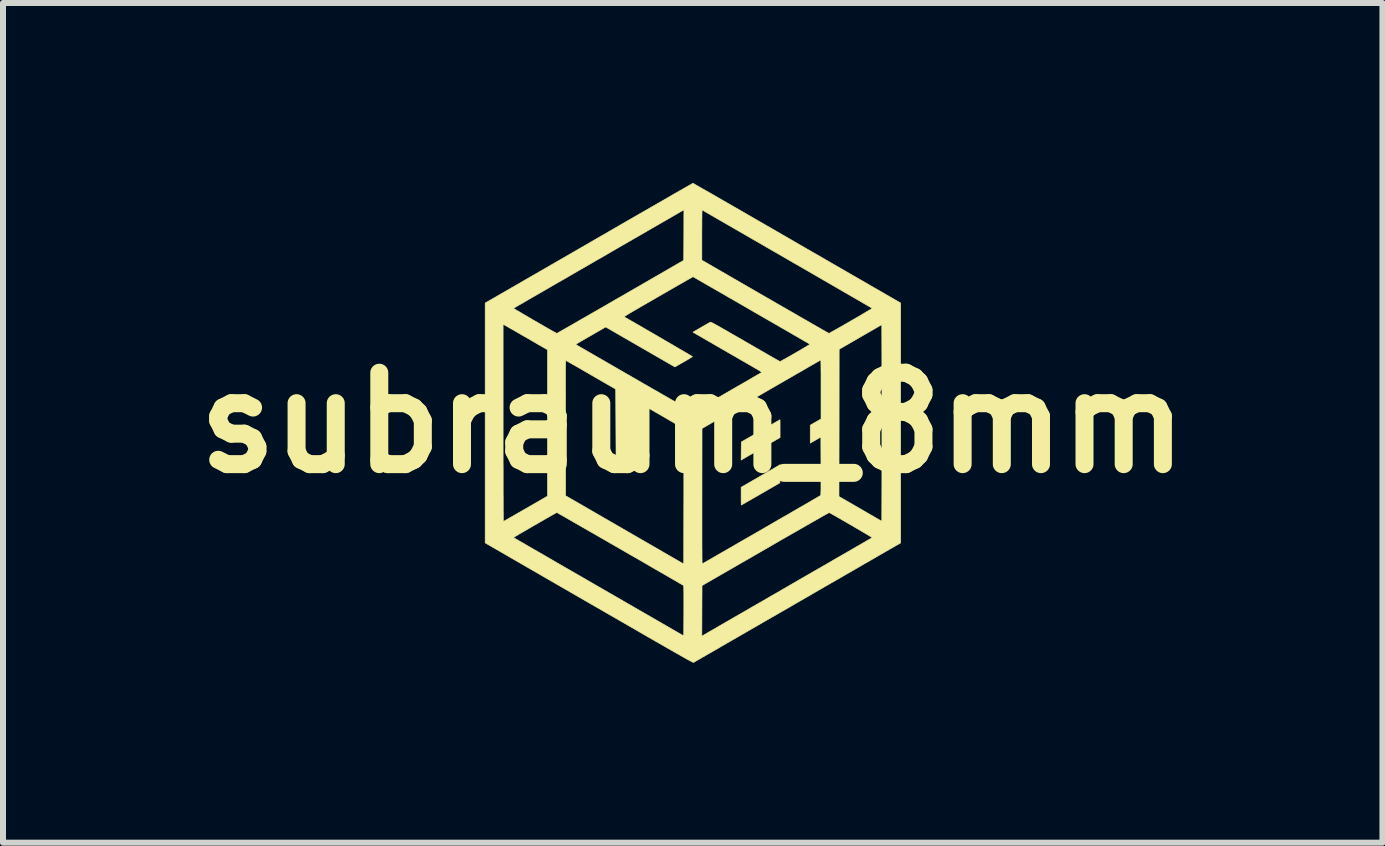
<source format=kicad_pcb>
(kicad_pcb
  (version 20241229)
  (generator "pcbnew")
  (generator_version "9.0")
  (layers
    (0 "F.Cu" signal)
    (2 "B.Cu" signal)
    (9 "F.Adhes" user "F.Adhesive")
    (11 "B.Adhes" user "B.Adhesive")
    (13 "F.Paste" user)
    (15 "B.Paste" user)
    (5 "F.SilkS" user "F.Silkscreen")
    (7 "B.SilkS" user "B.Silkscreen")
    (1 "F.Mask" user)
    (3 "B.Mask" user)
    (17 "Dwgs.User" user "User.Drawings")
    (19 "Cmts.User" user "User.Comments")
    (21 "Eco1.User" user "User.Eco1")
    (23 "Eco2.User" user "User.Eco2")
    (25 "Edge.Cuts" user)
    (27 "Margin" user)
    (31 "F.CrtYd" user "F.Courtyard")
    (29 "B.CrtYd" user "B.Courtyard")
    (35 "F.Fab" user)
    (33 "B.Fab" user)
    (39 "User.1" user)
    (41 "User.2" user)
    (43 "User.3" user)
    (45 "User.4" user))
  (footprint "subraum_8mm"
    (layer "F.Cu")
    (at 8.498 3.998)
    (property "Reference" "subraum_8mm" (at 0 0 0) (layer "F.SilkS") (effects (font (size 1.524 1.524) (thickness 0.3))))
    (attr through_hole)
    (fp_poly (pts (xy 1.453 1.001) (xy 1.133 1.186) (xy 1.078 1.218) (xy 1.025 1.248) (xy 0.977 1.276) (xy 0.933 1.301) (xy 0.895 1.323) (xy 0.862 1.342) (xy 0.837 1.356) (xy 0.819 1.366) (xy 0.811 1.371) (xy 0.81 1.372) (xy 0.809 1.366) (xy 0.808 1.351) (xy 0.808 1.327) (xy 0.807 1.297) (xy 0.807 1.261) (xy 0.807 1.223) (xy 0.807 1.075) (xy 1.119 0.895) (xy 1.174 0.863) (xy 1.226 0.833) (xy 1.274 0.805) (xy 1.318 0.78) (xy 1.357 0.757) (xy 1.39 0.738) (xy 1.416 0.723) (xy 1.434 0.713) (xy 1.443 0.707) (xy 1.444 0.707) (xy 1.456 0.698) (xy 1.453 1.001)) (stroke (width 0.01) (type solid)) (fill yes) (layer "F.SilkS"))
    (fp_poly (pts (xy 1.455 -0.045) (xy 1.455 -0.03) (xy 1.456 -0.007) (xy 1.456 0.024) (xy 1.456 0.06) (xy 1.456 0.098) (xy 1.456 0.246) (xy 1.144 0.426) (xy 1.09 0.458) (xy 1.038 0.488) (xy 0.989 0.516) (xy 0.945 0.541) (xy 0.906 0.564) (xy 0.873 0.583) (xy 0.848 0.598) (xy 0.83 0.608) (xy 0.821 0.614) (xy 0.82 0.614) (xy 0.807 0.622) (xy 0.808 0.471) (xy 0.81 0.32) (xy 1.131 0.135) (xy 1.186 0.103) (xy 1.238 0.073) (xy 1.287 0.045) (xy 1.331 0.02) (xy 1.369 -0.002) (xy 1.401 -0.021) (xy 1.427 -0.035) (xy 1.444 -0.045) (xy 1.453 -0.05) (xy 1.454 -0.051) (xy 1.455 -0.045)) (stroke (width 0.01) (type solid)) (fill yes) (layer "F.SilkS"))
    (fp_poly (pts (xy 0.009 -3.99) (xy 0.024 -3.982) (xy 0.047 -3.968) (xy 0.079 -3.95) (xy 0.119 -3.927) (xy 0.166 -3.9) (xy 0.221 -3.869) (xy 0.282 -3.834) (xy 0.349 -3.796) (xy 0.421 -3.754) (xy 0.499 -3.709) (xy 0.581 -3.662) (xy 0.668 -3.612) (xy 0.759 -3.56) (xy 0.852 -3.506) (xy 0.949 -3.45) (xy 1.005 -3.418) (xy 1.179 -3.317) (xy 1.343 -3.223) (xy 1.498 -3.133) (xy 1.644 -3.049) (xy 1.781 -2.969) (xy 1.911 -2.894) (xy 2.033 -2.824) (xy 2.148 -2.758) (xy 2.255 -2.696) (xy 2.356 -2.637) (xy 2.451 -2.583) (xy 2.539 -2.532) (xy 2.622 -2.484) (xy 2.7 -2.439) (xy 2.773 -2.397) (xy 2.841 -2.358) (xy 2.905 -2.321) (xy 2.965 -2.286) (xy 3.021 -2.253) (xy 3.075 -2.223) (xy 3.125 -2.194) (xy 3.173 -2.166) (xy 3.182 -2.161) (xy 3.466 -1.997) (xy 3.466 2.003) (xy 3.182 2.166) (xy 3.13 2.196) (xy 3.07 2.231) (xy 3.003 2.27) (xy 2.93 2.312) (xy 2.854 2.355) (xy 2.776 2.401) (xy 2.698 2.446) (xy 2.62 2.491) (xy 2.545 2.534) (xy 2.484 2.57) (xy 2.29 2.681) (xy 2.106 2.787) (xy 1.932 2.888) (xy 1.767 2.983) (xy 1.611 3.074) (xy 1.463 3.159) (xy 1.324 3.239) (xy 1.193 3.314) (xy 1.071 3.385) (xy 0.956 3.451) (xy 0.85 3.513) (xy 0.75 3.57) (xy 0.658 3.623) (xy 0.573 3.672) (xy 0.495 3.717) (xy 0.424 3.759) (xy 0.359 3.796) (xy 0.301 3.83) (xy 0.248 3.86) (xy 0.202 3.887) (xy 0.161 3.91) (xy 0.126 3.931) (xy 0.095 3.948) (xy 0.07 3.963) (xy 0.05 3.974) (xy 0.035 3.983) (xy 0.024 3.99) (xy 0.017 3.993) (xy 0.014 3.995) (xy 0.012 3.995) (xy 0.008 3.994) (xy 0.002 3.991) (xy -0.007 3.987) (xy -0.019 3.981) (xy -0.034 3.974) (xy -0.052 3.964) (xy -0.074 3.952) (xy -0.1 3.938) (xy -0.13 3.921) (xy -0.165 3.901) (xy -0.204 3.879) (xy -0.249 3.853) (xy -0.3 3.825) (xy -0.356 3.793) (xy -0.418 3.757) (xy -0.486 3.718) (xy -0.561 3.675) (xy -0.643 3.628) (xy -0.732 3.577) (xy -0.766 3.557) (xy 0.152 3.557) (xy 0.171 3.546) (xy 0.177 3.542) (xy 0.193 3.533) (xy 0.218 3.519) (xy 0.251 3.499) (xy 0.292 3.475) (xy 0.342 3.447) (xy 0.399 3.414) (xy 0.462 3.377) (xy 0.533 3.336) (xy 0.609 3.292) (xy 0.692 3.244) (xy 0.78 3.194) (xy 0.873 3.14) (xy 0.971 3.083) (xy 1.072 3.025) (xy 1.178 2.964) (xy 1.288 2.9) (xy 1.4 2.836) (xy 1.515 2.769) (xy 1.589 2.726) (xy 1.705 2.659) (xy 1.819 2.593) (xy 1.93 2.529) (xy 2.038 2.467) (xy 2.142 2.407) (xy 2.241 2.35) (xy 2.337 2.294) (xy 2.427 2.242) (xy 2.512 2.193) (xy 2.592 2.147) (xy 2.666 2.104) (xy 2.733 2.065) (xy 2.793 2.031) (xy 2.846 2) (xy 2.892 1.973) (xy 2.929 1.952) (xy 2.958 1.935) (xy 2.979 1.923) (xy 2.99 1.916) (xy 2.993 1.915) (xy 2.988 1.911) (xy 2.975 1.903) (xy 2.954 1.89) (xy 2.926 1.873) (xy 2.892 1.853) (xy 2.853 1.83) (xy 2.809 1.804) (xy 2.763 1.777) (xy 2.713 1.748) (xy 2.663 1.718) (xy 2.612 1.689) (xy 2.561 1.659) (xy 2.511 1.631) (xy 2.464 1.603) (xy 2.42 1.578) (xy 2.38 1.555) (xy 2.346 1.536) (xy 2.317 1.52) (xy 2.295 1.507) (xy 2.281 1.5) (xy 2.276 1.498) (xy 2.27 1.5) (xy 2.255 1.508) (xy 2.231 1.521) (xy 2.198 1.539) (xy 2.157 1.562) (xy 2.109 1.59) (xy 2.054 1.621) (xy 1.991 1.657) (xy 1.922 1.696) (xy 1.848 1.739) (xy 1.767 1.785) (xy 1.682 1.834) (xy 1.591 1.886) (xy 1.496 1.94) (xy 1.398 1.997) (xy 1.296 2.056) (xy 1.211 2.105) (xy 0.155 2.714) (xy 0.152 3.557) (xy -0.766 3.557) (xy -0.829 3.521) (xy -0.933 3.461) (xy -1.045 3.396) (xy -1.166 3.326) (xy -1.295 3.252) (xy -1.434 3.172) (xy -1.581 3.087) (xy -1.729 3.002) (xy -3.46 2.002) (xy -3.46 1.913) (xy -2.988 1.913) (xy -2.983 1.916) (xy -2.968 1.925) (xy -2.945 1.939) (xy -2.913 1.957) (xy -2.873 1.981) (xy -2.824 2.008) (xy -2.769 2.041) (xy -2.706 2.077) (xy -2.637 2.117) (xy -2.561 2.161) (xy -2.479 2.208) (xy -2.392 2.258) (xy -2.3 2.312) (xy -2.203 2.368) (xy -2.101 2.427) (xy -1.996 2.487) (xy -1.887 2.55) (xy -1.775 2.615) (xy -1.659 2.682) (xy -1.567 2.735) (xy -0.15 3.553) (xy -0.148 3.136) (xy -0.148 3.068) (xy -0.148 3.004) (xy -0.148 2.944) (xy -0.148 2.889) (xy -0.148 2.839) (xy -0.149 2.797) (xy -0.149 2.763) (xy -0.15 2.737) (xy -0.15 2.72) (xy -0.151 2.714) (xy -0.156 2.711) (xy -0.171 2.702) (xy -0.195 2.688) (xy -0.226 2.67) (xy -0.265 2.647) (xy -0.311 2.62) (xy -0.364 2.59) (xy -0.422 2.556) (xy -0.486 2.519) (xy -0.555 2.479) (xy -0.628 2.437) (xy -0.705 2.393) (xy -0.785 2.346) (xy -0.868 2.298) (xy -0.953 2.249) (xy -1.04 2.2) (xy -1.127 2.149) (xy -1.215 2.098) (xy -1.303 2.048) (xy -1.391 1.997) (xy -1.477 1.947) (xy -1.562 1.899) (xy -1.644 1.851) (xy -1.724 1.806) (xy -1.8 1.762) (xy -1.873 1.72) (xy -1.941 1.681) (xy -2.004 1.645) (xy -2.061 1.612) (xy -2.113 1.582) (xy -2.158 1.556) (xy -2.196 1.535) (xy -2.226 1.518) (xy -2.248 1.505) (xy -2.261 1.498) (xy -2.265 1.496) (xy -2.271 1.499) (xy -2.286 1.506) (xy -2.308 1.519) (xy -2.337 1.535) (xy -2.373 1.555) (xy -2.413 1.578) (xy -2.457 1.603) (xy -2.505 1.631) (xy -2.554 1.659) (xy -2.605 1.689) (xy -2.657 1.718) (xy -2.708 1.748) (xy -2.757 1.777) (xy -2.804 1.804) (xy -2.848 1.829) (xy -2.887 1.852) (xy -2.921 1.873) (xy -2.949 1.889) (xy -2.97 1.902) (xy -2.984 1.91) (xy -2.988 1.913) (xy -3.46 1.913) (xy -3.46 0.003) (xy -3.161 0.003) (xy -3.161 0.138) (xy -3.161 0.271) (xy -3.161 0.4) (xy -3.161 0.525) (xy -3.161 0.646) (xy -3.16 0.763) (xy -3.16 0.874) (xy -3.16 0.979) (xy -3.16 1.079) (xy -3.16 1.172) (xy -3.159 1.258) (xy -3.159 1.336) (xy -3.159 1.407) (xy -3.159 1.47) (xy -3.158 1.523) (xy -3.158 1.568) (xy -3.158 1.603) (xy -3.157 1.628) (xy -3.157 1.643) (xy -3.157 1.647) (xy -3.151 1.643) (xy -3.137 1.635) (xy -3.114 1.622) (xy -3.084 1.605) (xy -3.047 1.583) (xy -3.004 1.559) (xy -2.956 1.531) (xy -2.904 1.501) (xy -2.848 1.469) (xy -2.789 1.435) (xy -2.787 1.434) (xy -2.421 1.223) (xy -2.421 -0.575) (xy -2.121 -0.575) (xy -2.121 -0.494) (xy -2.121 -0.404) (xy -2.121 -0.305) (xy -2.121 -0.196) (xy -2.121 -0.077) (xy -2.121 0.053) (xy -2.121 0.088) (xy -2.119 1.216) (xy -1.135 1.785) (xy -0.15 2.354) (xy -0.149 1.552) (xy 0.154 1.552) (xy 0.154 1.654) (xy 0.154 1.75) (xy 0.154 1.842) (xy 0.154 1.927) (xy 0.154 2.007) (xy 0.154 2.079) (xy 0.155 2.145) (xy 0.155 2.202) (xy 0.155 2.251) (xy 0.156 2.291) (xy 0.156 2.321) (xy 0.157 2.342) (xy 0.157 2.352) (xy 0.157 2.353) (xy 0.162 2.35) (xy 0.177 2.341) (xy 0.201 2.328) (xy 0.232 2.31) (xy 0.272 2.287) (xy 0.319 2.26) (xy 0.374 2.228) (xy 0.434 2.193) (xy 0.501 2.155) (xy 0.573 2.113) (xy 0.651 2.069) (xy 0.733 2.021) (xy 0.819 1.971) (xy 0.909 1.919) (xy 1.003 1.866) (xy 1.099 1.81) (xy 1.144 1.784) (xy 1.241 1.728) (xy 1.336 1.673) (xy 1.427 1.62) (xy 1.516 1.569) (xy 1.6 1.521) (xy 1.68 1.474) (xy 1.755 1.431) (xy 1.824 1.391) (xy 1.888 1.354) (xy 1.945 1.321) (xy 1.996 1.291) (xy 2.039 1.266) (xy 2.075 1.245) (xy 2.102 1.229) (xy 2.103 1.229) (xy 2.438 1.229) (xy 2.795 1.435) (xy 3.152 1.642) (xy 3.154 0.824) (xy 3.154 0.71) (xy 3.154 0.586) (xy 3.154 0.454) (xy 3.154 0.317) (xy 3.154 0.176) (xy 3.154 0.032) (xy 3.154 -0.112) (xy 3.154 -0.254) (xy 3.154 -0.394) (xy 3.154 -0.528) (xy 3.154 -0.655) (xy 3.154 -0.774) (xy 3.154 -0.815) (xy 3.152 -1.636) (xy 2.797 -1.431) (xy 2.441 -1.225) (xy 2.44 0.002) (xy 2.438 1.229) (xy 2.103 1.229) (xy 2.121 1.218) (xy 2.131 1.212) (xy 2.132 1.211) (xy 2.134 1.208) (xy 2.135 1.2) (xy 2.136 1.187) (xy 2.136 1.168) (xy 2.137 1.143) (xy 2.138 1.111) (xy 2.138 1.071) (xy 2.138 1.024) (xy 2.138 0.967) (xy 2.138 0.901) (xy 2.138 0.825) (xy 2.138 0.739) (xy 2.138 0.721) (xy 2.136 0.237) (xy 2.08 0.27) (xy 2.053 0.285) (xy 2.027 0.301) (xy 2.003 0.314) (xy 1.991 0.321) (xy 1.959 0.339) (xy 1.959 0.04) (xy 2.139 -0.064) (xy 2.139 -0.557) (xy 2.139 -0.631) (xy 2.139 -0.701) (xy 2.139 -0.767) (xy 2.139 -0.828) (xy 2.138 -0.883) (xy 2.138 -0.932) (xy 2.137 -0.973) (xy 2.137 -1.006) (xy 2.136 -1.03) (xy 2.136 -1.044) (xy 2.135 -1.048) (xy 2.13 -1.045) (xy 2.115 -1.037) (xy 2.092 -1.023) (xy 2.06 -1.005) (xy 2.021 -0.982) (xy 1.974 -0.955) (xy 1.921 -0.925) (xy 1.861 -0.89) (xy 1.796 -0.852) (xy 1.725 -0.812) (xy 1.65 -0.768) (xy 1.57 -0.722) (xy 1.487 -0.674) (xy 1.4 -0.624) (xy 1.31 -0.572) (xy 1.287 -0.559) (xy 1.194 -0.505) (xy 1.103 -0.452) (xy 1.013 -0.401) (xy 0.926 -0.35) (xy 0.841 -0.301) (xy 0.761 -0.255) (xy 0.684 -0.211) (xy 0.613 -0.169) (xy 0.546 -0.131) (xy 0.486 -0.096) (xy 0.433 -0.066) (xy 0.387 -0.039) (xy 0.349 -0.017) (xy 0.319 0.00014) (xy 0.299 0.012) (xy 0.155 0.095) (xy 0.154 1.225) (xy 0.154 1.337) (xy 0.154 1.446) (xy 0.154 1.552) (xy -0.149 1.552) (xy -0.148 1.227) (xy -0.148 1.115) (xy -0.148 1.006) (xy -0.148 0.9) (xy -0.148 0.799) (xy -0.148 0.702) (xy -0.148 0.61) (xy -0.148 0.525) (xy -0.148 0.445) (xy -0.149 0.372) (xy -0.149 0.306) (xy -0.149 0.249) (xy -0.149 0.199) (xy -0.15 0.159) (xy -0.15 0.128) (xy -0.15 0.107) (xy -0.151 0.096) (xy -0.151 0.095) (xy -0.156 0.092) (xy -0.171 0.083) (xy -0.193 0.07) (xy -0.222 0.053) (xy -0.258 0.032) (xy -0.299 0.009) (xy -0.344 -0.018) (xy -0.394 -0.046) (xy -0.446 -0.077) (xy -0.5 -0.108) (xy -0.555 -0.14) (xy -0.61 -0.171) (xy -0.664 -0.203) (xy -0.717 -0.233) (xy -0.767 -0.262) (xy -0.815 -0.289) (xy -0.858 -0.314) (xy -0.895 -0.336) (xy -0.927 -0.354) (xy -0.953 -0.369) (xy -0.97 -0.378) (xy -0.979 -0.383) (xy -0.98 -0.384) (xy -0.98 -0.378) (xy -0.981 -0.362) (xy -0.981 -0.336) (xy -0.981 -0.302) (xy -0.981 -0.258) (xy -0.982 -0.208) (xy -0.982 -0.151) (xy -0.982 -0.087) (xy -0.982 -0.019) (xy -0.982 0.054) (xy -0.982 0.131) (xy -0.982 0.178) (xy -0.982 0.256) (xy -0.982 0.332) (xy -0.982 0.403) (xy -0.983 0.469) (xy -0.983 0.53) (xy -0.983 0.585) (xy -0.984 0.633) (xy -0.984 0.672) (xy -0.985 0.704) (xy -0.985 0.726) (xy -0.986 0.737) (xy -0.986 0.739) (xy -0.992 0.736) (xy -1.006 0.729) (xy -1.028 0.717) (xy -1.056 0.701) (xy -1.088 0.683) (xy -1.124 0.662) (xy -1.135 0.656) (xy -1.278 0.572) (xy -1.284 -0.561) (xy -1.693 -0.797) (xy -1.756 -0.834) (xy -1.816 -0.868) (xy -1.872 -0.901) (xy -1.924 -0.931) (xy -1.972 -0.958) (xy -2.014 -0.982) (xy -2.049 -1.002) (xy -2.077 -1.018) (xy -2.098 -1.029) (xy -2.11 -1.036) (xy -2.112 -1.037) (xy -2.114 -1.037) (xy -2.115 -1.036) (xy -2.116 -1.033) (xy -2.117 -1.028) (xy -2.117 -1.021) (xy -2.118 -1.011) (xy -2.119 -0.998) (xy -2.119 -0.98) (xy -2.12 -0.959) (xy -2.12 -0.932) (xy -2.121 -0.9) (xy -2.121 -0.863) (xy -2.121 -0.82) (xy -2.121 -0.77) (xy -2.121 -0.712) (xy -2.121 -0.648) (xy -2.121 -0.575) (xy -2.421 -0.575) (xy -2.421 -1.218) (xy -2.575 -1.306) (xy -1.952 -1.306) (xy -1.946 -1.303) (xy -1.931 -1.294) (xy -1.908 -1.281) (xy -1.877 -1.262) (xy -1.838 -1.24) (xy -1.792 -1.213) (xy -1.74 -1.183) (xy -1.682 -1.15) (xy -1.619 -1.113) (xy -1.551 -1.074) (xy -1.479 -1.033) (xy -1.404 -0.989) (xy -1.325 -0.944) (xy -1.245 -0.897) (xy -1.162 -0.85) (xy -1.078 -0.801) (xy -0.994 -0.753) (xy -0.909 -0.704) (xy -0.825 -0.655) (xy -0.741 -0.607) (xy -0.66 -0.56) (xy -0.58 -0.515) (xy -0.503 -0.47) (xy -0.429 -0.428) (xy -0.36 -0.388) (xy -0.294 -0.351) (xy -0.234 -0.316) (xy -0.179 -0.285) (xy -0.13 -0.257) (xy -0.088 -0.233) (xy -0.053 -0.213) (xy -0.026 -0.197) (xy -0.008 -0.187) (xy 0.002 -0.181) (xy 0.004 -0.181) (xy 0.009 -0.183) (xy 0.024 -0.191) (xy 0.047 -0.204) (xy 0.077 -0.221) (xy 0.113 -0.241) (xy 0.155 -0.265) (xy 0.201 -0.291) (xy 0.25 -0.32) (xy 0.294 -0.345) (xy 0.358 -0.382) (xy 0.43 -0.423) (xy 0.506 -0.467) (xy 0.584 -0.512) (xy 0.661 -0.557) (xy 0.736 -0.6) (xy 0.806 -0.64) (xy 0.858 -0.67) (xy 0.91 -0.7) (xy 0.958 -0.728) (xy 1.004 -0.755) (xy 1.044 -0.778) (xy 1.079 -0.799) (xy 1.108 -0.815) (xy 1.13 -0.828) (xy 1.143 -0.836) (xy 1.147 -0.838) (xy 1.149 -0.841) (xy 1.147 -0.845) (xy 1.14 -0.851) (xy 1.126 -0.86) (xy 1.106 -0.873) (xy 1.078 -0.89) (xy 1.048 -0.907) (xy 1.027 -0.919) (xy 0.997 -0.937) (xy 0.959 -0.959) (xy 0.914 -0.985) (xy 0.863 -1.014) (xy 0.806 -1.047) (xy 0.746 -1.082) (xy 0.682 -1.119) (xy 0.615 -1.157) (xy 0.548 -1.196) (xy 0.488 -1.23) (xy 0.422 -1.269) (xy 0.359 -1.305) (xy 0.299 -1.34) (xy 0.243 -1.372) (xy 0.191 -1.402) (xy 0.145 -1.429) (xy 0.105 -1.452) (xy 0.072 -1.471) (xy 0.047 -1.486) (xy 0.029 -1.496) (xy 0.021 -1.501) (xy 0.021 -1.501) (xy 0.005 -1.511) (xy 0.139 -1.589) (xy 0.175 -1.61) (xy 0.209 -1.629) (xy 0.238 -1.646) (xy 0.262 -1.66) (xy 0.279 -1.67) (xy 0.288 -1.675) (xy 0.288 -1.675) (xy 0.291 -1.676) (xy 0.294 -1.677) (xy 0.298 -1.677) (xy 0.303 -1.675) (xy 0.311 -1.672) (xy 0.321 -1.668) (xy 0.334 -1.661) (xy 0.351 -1.653) (xy 0.372 -1.641) (xy 0.398 -1.627) (xy 0.43 -1.609) (xy 0.467 -1.588) (xy 0.51 -1.563) (xy 0.561 -1.535) (xy 0.618 -1.501) (xy 0.684 -1.463) (xy 0.758 -1.421) (xy 0.842 -1.373) (xy 0.876 -1.353) (xy 0.95 -1.31) (xy 1.021 -1.269) (xy 1.089 -1.23) (xy 1.153 -1.193) (xy 1.213 -1.159) (xy 1.267 -1.127) (xy 1.316 -1.099) (xy 1.358 -1.075) (xy 1.394 -1.055) (xy 1.422 -1.039) (xy 1.441 -1.028) (xy 1.452 -1.022) (xy 1.454 -1.021) (xy 1.46 -1.023) (xy 1.475 -1.03) (xy 1.496 -1.042) (xy 1.525 -1.058) (xy 1.558 -1.076) (xy 1.595 -1.097) (xy 1.635 -1.12) (xy 1.677 -1.144) (xy 1.72 -1.169) (xy 1.762 -1.193) (xy 1.803 -1.217) (xy 1.841 -1.24) (xy 1.876 -1.26) (xy 1.905 -1.278) (xy 1.929 -1.292) (xy 1.945 -1.303) (xy 1.954 -1.309) (xy 1.954 -1.31) (xy 1.949 -1.313) (xy 1.935 -1.321) (xy 1.912 -1.335) (xy 1.88 -1.353) (xy 1.842 -1.375) (xy 1.796 -1.402) (xy 1.744 -1.432) (xy 1.687 -1.465) (xy 1.624 -1.502) (xy 1.556 -1.541) (xy 1.484 -1.582) (xy 1.409 -1.626) (xy 1.331 -1.671) (xy 1.25 -1.717) (xy 1.167 -1.765) (xy 1.084 -1.813) (xy 0.999 -1.862) (xy 0.915 -1.911) (xy 0.83 -1.96) (xy 0.747 -2.008) (xy 0.666 -2.055) (xy 0.586 -2.1) (xy 0.51 -2.145) (xy 0.436 -2.187) (xy 0.367 -2.227) (xy 0.301 -2.265) (xy 0.241 -2.299) (xy 0.186 -2.331) (xy 0.138 -2.359) (xy 0.096 -2.383) (xy 0.061 -2.403) (xy 0.035 -2.418) (xy 0.016 -2.429) (xy 0.007 -2.434) (xy 0.005 -2.435) (xy 0.000249 -2.432) (xy -0.014 -2.424) (xy -0.037 -2.411) (xy -0.068 -2.394) (xy -0.106 -2.372) (xy -0.151 -2.346) (xy -0.202 -2.317) (xy -0.259 -2.285) (xy -0.321 -2.249) (xy -0.387 -2.211) (xy -0.456 -2.171) (xy -0.529 -2.129) (xy -0.575 -2.103) (xy -0.662 -2.052) (xy -0.741 -2.007) (xy -0.81 -1.967) (xy -0.871 -1.932) (xy -0.924 -1.901) (xy -0.97 -1.874) (xy -1.01 -1.851) (xy -1.043 -1.832) (xy -1.07 -1.815) (xy -1.092 -1.802) (xy -1.109 -1.791) (xy -1.122 -1.782) (xy -1.131 -1.776) (xy -1.137 -1.771) (xy -1.14 -1.768) (xy -1.141 -1.765) (xy -1.14 -1.764) (xy -1.139 -1.763) (xy -1.125 -1.755) (xy -1.102 -1.743) (xy -1.072 -1.725) (xy -1.036 -1.704) (xy -0.993 -1.68) (xy -0.945 -1.652) (xy -0.892 -1.622) (xy -0.836 -1.589) (xy -0.776 -1.554) (xy -0.714 -1.518) (xy -0.651 -1.482) (xy -0.586 -1.444) (xy -0.522 -1.407) (xy -0.458 -1.369) (xy -0.395 -1.333) (xy -0.335 -1.298) (xy -0.277 -1.264) (xy -0.223 -1.232) (xy -0.173 -1.203) (xy -0.128 -1.177) (xy -0.089 -1.154) (xy -0.057 -1.135) (xy -0.031 -1.12) (xy -0.014 -1.109) (xy -0.005 -1.104) (xy -0.005 -1.104) (xy -0.009 -1.1) (xy -0.023 -1.091) (xy -0.043 -1.078) (xy -0.07 -1.062) (xy -0.102 -1.043) (xy -0.138 -1.022) (xy -0.151 -1.015) (xy -0.297 -0.931) (xy -0.874 -1.264) (xy -1.451 -1.597) (xy -1.702 -1.452) (xy -1.751 -1.424) (xy -1.796 -1.398) (xy -1.837 -1.374) (xy -1.873 -1.353) (xy -1.904 -1.335) (xy -1.928 -1.321) (xy -1.944 -1.311) (xy -1.951 -1.307) (xy -1.952 -1.306) (xy -2.575 -1.306) (xy -2.778 -1.424) (xy -2.837 -1.457) (xy -2.893 -1.49) (xy -2.945 -1.52) (xy -2.993 -1.548) (xy -3.037 -1.572) (xy -3.074 -1.594) (xy -3.104 -1.611) (xy -3.128 -1.625) (xy -3.143 -1.633) (xy -3.148 -1.636) (xy -3.161 -1.643) (xy -3.161 0.003) (xy -3.46 0.003) (xy -3.46 -1.909) (xy -2.987 -1.909) (xy -2.983 -1.905) (xy -2.97 -1.897) (xy -2.949 -1.884) (xy -2.921 -1.867) (xy -2.886 -1.847) (xy -2.847 -1.824) (xy -2.804 -1.798) (xy -2.757 -1.771) (xy -2.707 -1.742) (xy -2.657 -1.712) (xy -2.605 -1.683) (xy -2.554 -1.653) (xy -2.505 -1.625) (xy -2.457 -1.597) (xy -2.413 -1.572) (xy -2.373 -1.549) (xy -2.338 -1.529) (xy -2.308 -1.513) (xy -2.286 -1.501) (xy -2.271 -1.493) (xy -2.266 -1.49) (xy -2.26 -1.493) (xy -2.245 -1.501) (xy -2.222 -1.514) (xy -2.19 -1.533) (xy -2.15 -1.555) (xy -2.102 -1.583) (xy -2.047 -1.614) (xy -1.986 -1.649) (xy -1.919 -1.688) (xy -1.846 -1.73) (xy -1.767 -1.775) (xy -1.684 -1.823) (xy -1.596 -1.873) (xy -1.504 -1.926) (xy -1.409 -1.981) (xy -1.311 -2.038) (xy -1.21 -2.096) (xy -1.204 -2.099) (xy -0.15 -2.708) (xy -0.148 -3.13) (xy -0.148 -3.133) (xy 0.152 -3.133) (xy 0.152 -2.711) (xy 1.209 -2.1) (xy 1.31 -2.042) (xy 1.408 -1.985) (xy 1.504 -1.93) (xy 1.596 -1.877) (xy 1.684 -1.827) (xy 1.767 -1.778) (xy 1.846 -1.733) (xy 1.92 -1.691) (xy 1.987 -1.652) (xy 2.049 -1.616) (xy 2.104 -1.585) (xy 2.152 -1.557) (xy 2.193 -1.534) (xy 2.225 -1.516) (xy 2.25 -1.502) (xy 2.265 -1.493) (xy 2.271 -1.49) (xy 2.271 -1.49) (xy 2.277 -1.493) (xy 2.292 -1.501) (xy 2.314 -1.514) (xy 2.345 -1.531) (xy 2.382 -1.552) (xy 2.425 -1.576) (xy 2.473 -1.603) (xy 2.525 -1.633) (xy 2.581 -1.665) (xy 2.637 -1.698) (xy 2.695 -1.731) (xy 2.75 -1.763) (xy 2.802 -1.793) (xy 2.849 -1.821) (xy 2.89 -1.846) (xy 2.926 -1.867) (xy 2.955 -1.884) (xy 2.976 -1.897) (xy 2.989 -1.906) (xy 2.993 -1.909) (xy 2.987 -1.912) (xy 2.973 -1.921) (xy 2.949 -1.934) (xy 2.917 -1.953) (xy 2.877 -1.976) (xy 2.829 -2.004) (xy 2.773 -2.037) (xy 2.71 -2.073) (xy 2.641 -2.113) (xy 2.565 -2.157) (xy 2.483 -2.204) (xy 2.396 -2.255) (xy 2.304 -2.308) (xy 2.207 -2.364) (xy 2.105 -2.423) (xy 2 -2.484) (xy 1.891 -2.547) (xy 1.778 -2.612) (xy 1.663 -2.678) (xy 1.575 -2.729) (xy 1.458 -2.797) (xy 1.343 -2.863) (xy 1.232 -2.927) (xy 1.124 -2.99) (xy 1.019 -3.05) (xy 0.919 -3.108) (xy 0.823 -3.164) (xy 0.732 -3.216) (xy 0.646 -3.266) (xy 0.565 -3.312) (xy 0.491 -3.355) (xy 0.423 -3.394) (xy 0.362 -3.43) (xy 0.308 -3.461) (xy 0.262 -3.488) (xy 0.223 -3.51) (xy 0.193 -3.527) (xy 0.172 -3.54) (xy 0.16 -3.547) (xy 0.157 -3.548) (xy 0.156 -3.543) (xy 0.155 -3.528) (xy 0.155 -3.503) (xy 0.154 -3.469) (xy 0.154 -3.428) (xy 0.153 -3.379) (xy 0.153 -3.324) (xy 0.153 -3.265) (xy 0.152 -3.201) (xy 0.152 -3.133) (xy -0.148 -3.133) (xy -0.147 -3.551) (xy -0.165 -3.54) (xy -0.171 -3.536) (xy -0.187 -3.527) (xy -0.212 -3.513) (xy -0.245 -3.494) (xy -0.287 -3.469) (xy -0.336 -3.441) (xy -0.393 -3.408) (xy -0.457 -3.371) (xy -0.527 -3.331) (xy -0.604 -3.286) (xy -0.686 -3.239) (xy -0.774 -3.188) (xy -0.867 -3.134) (xy -0.965 -3.078) (xy -1.067 -3.019) (xy -1.173 -2.958) (xy -1.282 -2.895) (xy -1.394 -2.83) (xy -1.509 -2.763) (xy -1.583 -2.721) (xy -1.7 -2.653) (xy -1.813 -2.588) (xy -1.924 -2.524) (xy -2.032 -2.461) (xy -2.136 -2.401) (xy -2.236 -2.344) (xy -2.331 -2.289) (xy -2.422 -2.236) (xy -2.507 -2.187) (xy -2.586 -2.141) (xy -2.66 -2.099) (xy -2.727 -2.06) (xy -2.787 -2.025) (xy -2.84 -1.994) (xy -2.886 -1.968) (xy -2.924 -1.946) (xy -2.953 -1.929) (xy -2.973 -1.917) (xy -2.985 -1.91) (xy -2.987 -1.909) (xy -3.46 -1.909) (xy -3.46 -1.996) (xy -1.731 -2.994) (xy -1.602 -3.069) (xy -1.475 -3.142) (xy -1.351 -3.214) (xy -1.23 -3.284) (xy -1.113 -3.352) (xy -0.999 -3.417) (xy -0.89 -3.48) (xy -0.785 -3.54) (xy -0.685 -3.598) (xy -0.591 -3.652) (xy -0.502 -3.703) (xy -0.419 -3.751) (xy -0.343 -3.795) (xy -0.273 -3.835) (xy -0.21 -3.871) (xy -0.155 -3.903) (xy -0.107 -3.93) (xy -0.067 -3.953) (xy -0.036 -3.97) (xy -0.014 -3.983) (xy -0.000393 -3.991) (xy 0.003 -3.993) (xy 0.009 -3.99)) (stroke (width 0.01) (type solid)) (fill yes) (layer "F.SilkS")))
  (gr_rect
    (start -3 -3)
    (end 19.996 10.998)
    (stroke (width 0.1) (type default))
    (fill no)
    (layer "Edge.Cuts")))
</source>
